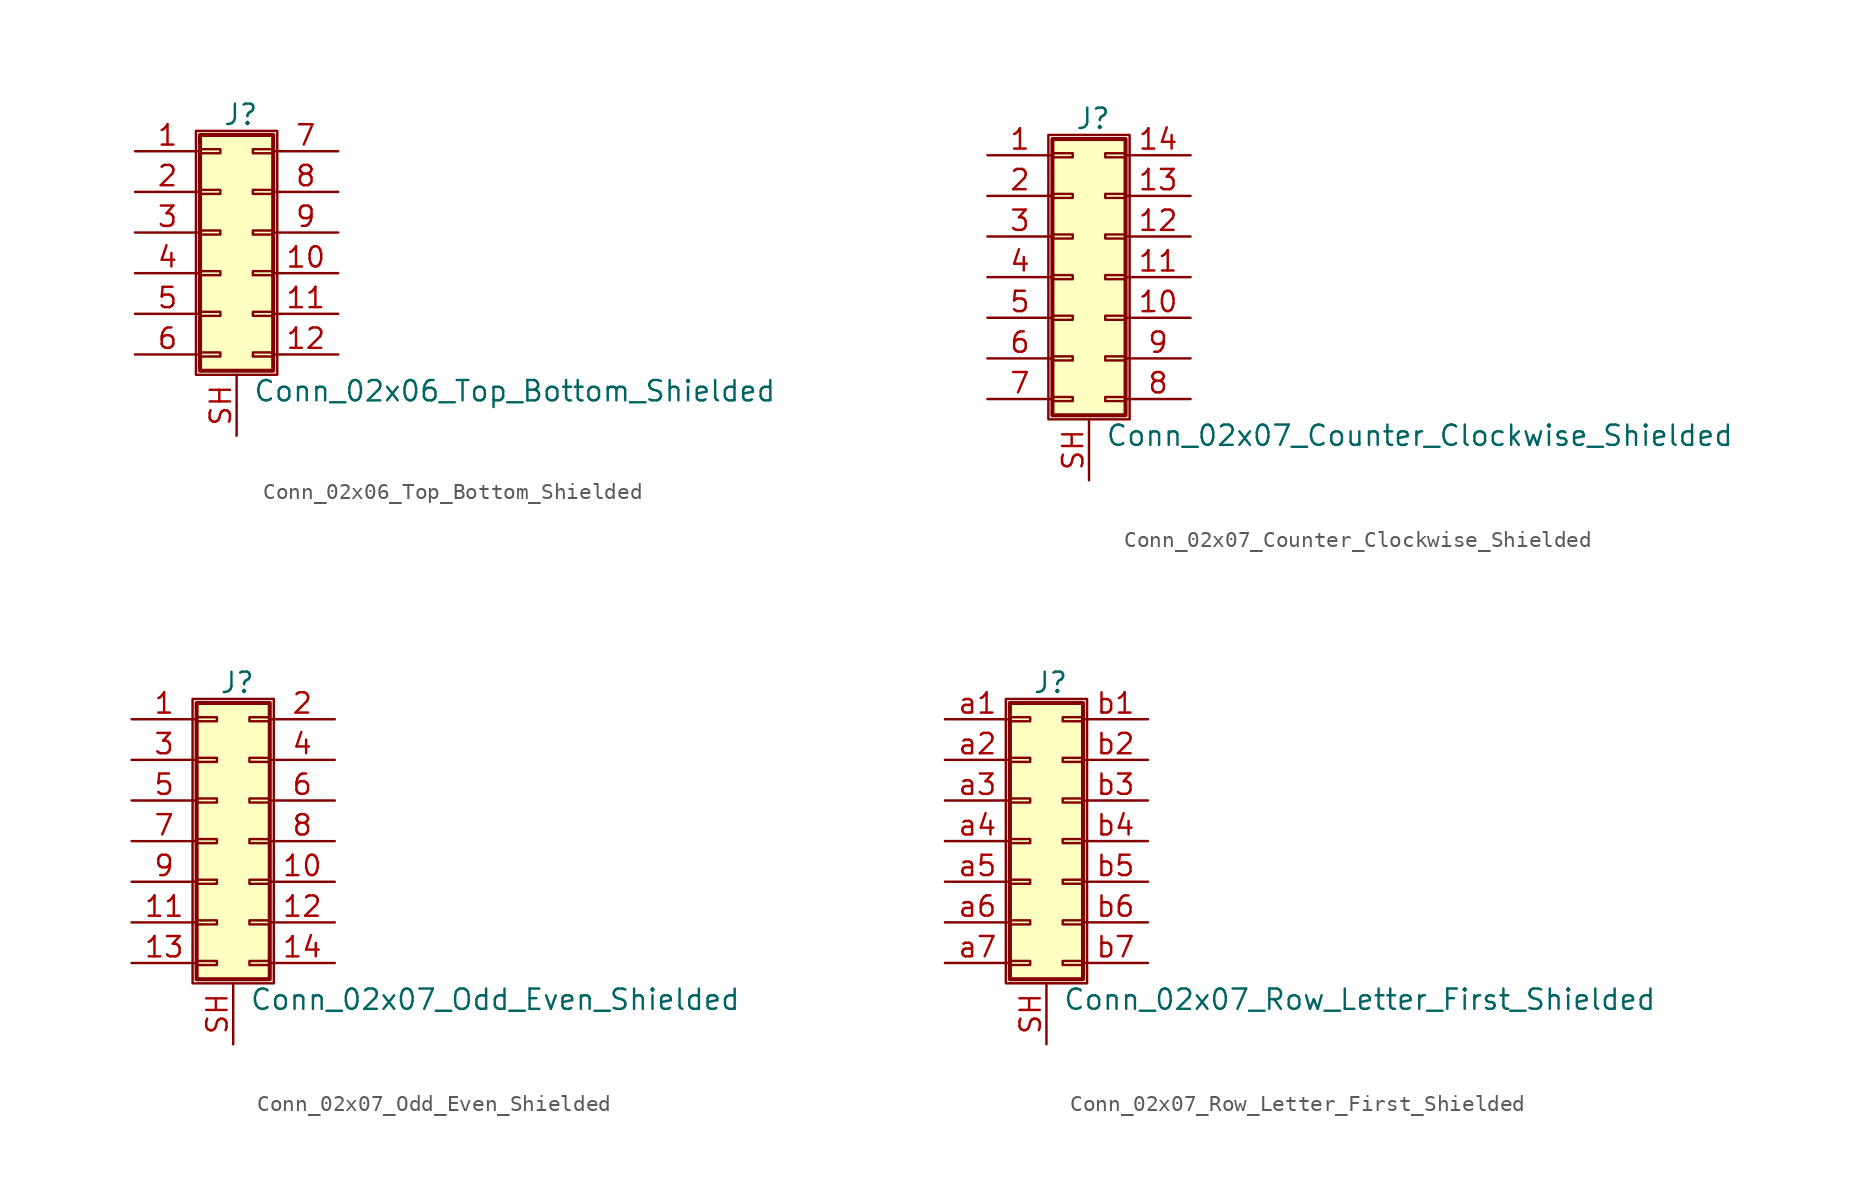
<source format=kicad_sym>
(kicad_symbol_lib
  (version 20201005)
  (generator kicad_symbol_editor)
  (symbol "Conn_02x06_Top_Bottom_Shielded"
    (pin_names
      (offset 1.016) hide)
    (property "Reference" "J"
      (at 1.524 7.366 0)
      (effects (font (size 1.27 1.27))))
    (property "Value" "Conn_02x06_Top_Bottom_Shielded"
      (at 2.286 -9.906 0)
      (effects (font (size 1.27 1.27)) (justify left)))
    (symbol "Conn_02x06_Top_Bottom_Shielded_1_1"
      (rectangle (start -1.27 6.35) (end 3.81 -8.89) (stroke (width 0.152)) (fill (type none)))
      (rectangle (start -1.016 -7.493) (end 0.254 -7.747) (stroke (width 0.152)) (fill (type none)))
      (rectangle (start -1.016 -4.953) (end 0.254 -5.207) (stroke (width 0.152)) (fill (type none)))
      (rectangle (start -1.016 -2.413) (end 0.254 -2.667) (stroke (width 0.152)) (fill (type none)))
      (rectangle (start -1.016 0.127) (end 0.254 -0.127) (stroke (width 0.152)) (fill (type none)))
      (rectangle (start -1.016 2.667) (end 0.254 2.413) (stroke (width 0.152)) (fill (type none)))
      (rectangle (start -1.016 5.207) (end 0.254 4.953) (stroke (width 0.152)) (fill (type none)))
      (rectangle (start 3.556 -7.493) (end 2.286 -7.747) (stroke (width 0.152)) (fill (type none)))
      (rectangle (start 3.556 -4.953) (end 2.286 -5.207) (stroke (width 0.152)) (fill (type none)))
      (rectangle (start 3.556 -2.413) (end 2.286 -2.667) (stroke (width 0.152)) (fill (type none)))
      (rectangle (start 3.556 0.127) (end 2.286 -0.127) (stroke (width 0.152)) (fill (type none)))
      (rectangle (start 3.556 2.667) (end 2.286 2.413) (stroke (width 0.152)) (fill (type none)))
      (rectangle (start 3.556 5.207) (end 2.286 4.953) (stroke (width 0.152)) (fill (type none)))
      (rectangle (start -1.016 6.096) (end 3.556 -8.636) (stroke (width 0.254)) (fill (type background)))
      (pin passive line (at -5.08 5.08 0) (length 4.064) (name "Pin_1" (effects (font (size 1.27 1.27)))) (number "1" (effects (font (size 1.27 1.27)))))
      (pin passive line (at 7.62 -2.54 180) (length 4.064) (name "Pin_10" (effects (font (size 1.27 1.27)))) (number "10" (effects (font (size 1.27 1.27)))))
      (pin passive line (at 7.62 -5.08 180) (length 4.064) (name "Pin_11" (effects (font (size 1.27 1.27)))) (number "11" (effects (font (size 1.27 1.27)))))
      (pin passive line (at 7.62 -7.62 180) (length 4.064) (name "Pin_12" (effects (font (size 1.27 1.27)))) (number "12" (effects (font (size 1.27 1.27)))))
      (pin passive line (at -5.08 2.54 0) (length 4.064) (name "Pin_2" (effects (font (size 1.27 1.27)))) (number "2" (effects (font (size 1.27 1.27)))))
      (pin passive line (at -5.08 0 0) (length 4.064) (name "Pin_3" (effects (font (size 1.27 1.27)))) (number "3" (effects (font (size 1.27 1.27)))))
      (pin passive line (at -5.08 -2.54 0) (length 4.064) (name "Pin_4" (effects (font (size 1.27 1.27)))) (number "4" (effects (font (size 1.27 1.27)))))
      (pin passive line (at -5.08 -5.08 0) (length 4.064) (name "Pin_5" (effects (font (size 1.27 1.27)))) (number "5" (effects (font (size 1.27 1.27)))))
      (pin passive line (at -5.08 -7.62 0) (length 4.064) (name "Pin_6" (effects (font (size 1.27 1.27)))) (number "6" (effects (font (size 1.27 1.27)))))
      (pin passive line (at 7.62 5.08 180) (length 4.064) (name "Pin_7" (effects (font (size 1.27 1.27)))) (number "7" (effects (font (size 1.27 1.27)))))
      (pin passive line (at 7.62 2.54 180) (length 4.064) (name "Pin_8" (effects (font (size 1.27 1.27)))) (number "8" (effects (font (size 1.27 1.27)))))
      (pin passive line (at 7.62 0 180) (length 4.064) (name "Pin_9" (effects (font (size 1.27 1.27)))) (number "9" (effects (font (size 1.27 1.27)))))
      (pin passive line (at 1.27 -12.7 90) (length 3.81) (name "Shield" (effects (font (size 1.27 1.27)))) (number "SH" (effects (font (size 1.27 1.27)))))))
  (symbol "Conn_02x07_Counter_Clockwise_Shielded"
    (pin_names
      (offset 1.016) hide)
    (property "Reference" "J"
      (at 1.524 9.906 0)
      (effects (font (size 1.27 1.27))))
    (property "Value" "Conn_02x07_Counter_Clockwise_Shielded"
      (at 2.286 -9.906 0)
      (effects (font (size 1.27 1.27)) (justify left)))
    (symbol "Conn_02x07_Counter_Clockwise_Shielded_1_1"
      (rectangle (start -1.27 8.89) (end 3.81 -8.89) (stroke (width 0.152)) (fill (type none)))
      (rectangle (start -1.016 -7.493) (end 0.254 -7.747) (stroke (width 0.152)) (fill (type none)))
      (rectangle (start -1.016 -4.953) (end 0.254 -5.207) (stroke (width 0.152)) (fill (type none)))
      (rectangle (start -1.016 -2.413) (end 0.254 -2.667) (stroke (width 0.152)) (fill (type none)))
      (rectangle (start -1.016 0.127) (end 0.254 -0.127) (stroke (width 0.152)) (fill (type none)))
      (rectangle (start -1.016 2.667) (end 0.254 2.413) (stroke (width 0.152)) (fill (type none)))
      (rectangle (start -1.016 5.207) (end 0.254 4.953) (stroke (width 0.152)) (fill (type none)))
      (rectangle (start -1.016 7.747) (end 0.254 7.493) (stroke (width 0.152)) (fill (type none)))
      (rectangle (start 3.556 -7.493) (end 2.286 -7.747) (stroke (width 0.152)) (fill (type none)))
      (rectangle (start 3.556 -4.953) (end 2.286 -5.207) (stroke (width 0.152)) (fill (type none)))
      (rectangle (start 3.556 -2.413) (end 2.286 -2.667) (stroke (width 0.152)) (fill (type none)))
      (rectangle (start 3.556 0.127) (end 2.286 -0.127) (stroke (width 0.152)) (fill (type none)))
      (rectangle (start 3.556 2.667) (end 2.286 2.413) (stroke (width 0.152)) (fill (type none)))
      (rectangle (start 3.556 5.207) (end 2.286 4.953) (stroke (width 0.152)) (fill (type none)))
      (rectangle (start 3.556 7.747) (end 2.286 7.493) (stroke (width 0.152)) (fill (type none)))
      (rectangle (start -1.016 8.636) (end 3.556 -8.636) (stroke (width 0.254)) (fill (type background)))
      (pin passive line (at -5.08 7.62 0) (length 4.064) (name "Pin_1" (effects (font (size 1.27 1.27)))) (number "1" (effects (font (size 1.27 1.27)))))
      (pin passive line (at 7.62 -2.54 180) (length 4.064) (name "Pin_10" (effects (font (size 1.27 1.27)))) (number "10" (effects (font (size 1.27 1.27)))))
      (pin passive line (at 7.62 0 180) (length 4.064) (name "Pin_11" (effects (font (size 1.27 1.27)))) (number "11" (effects (font (size 1.27 1.27)))))
      (pin passive line (at 7.62 2.54 180) (length 4.064) (name "Pin_12" (effects (font (size 1.27 1.27)))) (number "12" (effects (font (size 1.27 1.27)))))
      (pin passive line (at 7.62 5.08 180) (length 4.064) (name "Pin_13" (effects (font (size 1.27 1.27)))) (number "13" (effects (font (size 1.27 1.27)))))
      (pin passive line (at 7.62 7.62 180) (length 4.064) (name "Pin_14" (effects (font (size 1.27 1.27)))) (number "14" (effects (font (size 1.27 1.27)))))
      (pin passive line (at -5.08 5.08 0) (length 4.064) (name "Pin_2" (effects (font (size 1.27 1.27)))) (number "2" (effects (font (size 1.27 1.27)))))
      (pin passive line (at -5.08 2.54 0) (length 4.064) (name "Pin_3" (effects (font (size 1.27 1.27)))) (number "3" (effects (font (size 1.27 1.27)))))
      (pin passive line (at -5.08 0 0) (length 4.064) (name "Pin_4" (effects (font (size 1.27 1.27)))) (number "4" (effects (font (size 1.27 1.27)))))
      (pin passive line (at -5.08 -2.54 0) (length 4.064) (name "Pin_5" (effects (font (size 1.27 1.27)))) (number "5" (effects (font (size 1.27 1.27)))))
      (pin passive line (at -5.08 -5.08 0) (length 4.064) (name "Pin_6" (effects (font (size 1.27 1.27)))) (number "6" (effects (font (size 1.27 1.27)))))
      (pin passive line (at -5.08 -7.62 0) (length 4.064) (name "Pin_7" (effects (font (size 1.27 1.27)))) (number "7" (effects (font (size 1.27 1.27)))))
      (pin passive line (at 7.62 -7.62 180) (length 4.064) (name "Pin_8" (effects (font (size 1.27 1.27)))) (number "8" (effects (font (size 1.27 1.27)))))
      (pin passive line (at 7.62 -5.08 180) (length 4.064) (name "Pin_9" (effects (font (size 1.27 1.27)))) (number "9" (effects (font (size 1.27 1.27)))))
      (pin passive line (at 1.27 -12.7 90) (length 3.81) (name "Shield" (effects (font (size 1.27 1.27)))) (number "SH" (effects (font (size 1.27 1.27)))))))
  (symbol "Conn_02x07_Odd_Even_Shielded"
    (pin_names
      (offset 1.016) hide)
    (property "Reference" "J"
      (at 1.524 9.906 0)
      (effects (font (size 1.27 1.27))))
    (property "Value" "Conn_02x07_Odd_Even_Shielded"
      (at 2.286 -9.906 0)
      (effects (font (size 1.27 1.27)) (justify left)))
    (symbol "Conn_02x07_Odd_Even_Shielded_1_1"
      (rectangle (start -1.27 8.89) (end 3.81 -8.89) (stroke (width 0.152)) (fill (type none)))
      (rectangle (start -1.016 -7.493) (end 0.254 -7.747) (stroke (width 0.152)) (fill (type none)))
      (rectangle (start -1.016 -4.953) (end 0.254 -5.207) (stroke (width 0.152)) (fill (type none)))
      (rectangle (start -1.016 -2.413) (end 0.254 -2.667) (stroke (width 0.152)) (fill (type none)))
      (rectangle (start -1.016 0.127) (end 0.254 -0.127) (stroke (width 0.152)) (fill (type none)))
      (rectangle (start -1.016 2.667) (end 0.254 2.413) (stroke (width 0.152)) (fill (type none)))
      (rectangle (start -1.016 5.207) (end 0.254 4.953) (stroke (width 0.152)) (fill (type none)))
      (rectangle (start -1.016 7.747) (end 0.254 7.493) (stroke (width 0.152)) (fill (type none)))
      (rectangle (start 3.556 -7.493) (end 2.286 -7.747) (stroke (width 0.152)) (fill (type none)))
      (rectangle (start 3.556 -4.953) (end 2.286 -5.207) (stroke (width 0.152)) (fill (type none)))
      (rectangle (start 3.556 -2.413) (end 2.286 -2.667) (stroke (width 0.152)) (fill (type none)))
      (rectangle (start 3.556 0.127) (end 2.286 -0.127) (stroke (width 0.152)) (fill (type none)))
      (rectangle (start 3.556 2.667) (end 2.286 2.413) (stroke (width 0.152)) (fill (type none)))
      (rectangle (start 3.556 5.207) (end 2.286 4.953) (stroke (width 0.152)) (fill (type none)))
      (rectangle (start 3.556 7.747) (end 2.286 7.493) (stroke (width 0.152)) (fill (type none)))
      (rectangle (start -1.016 8.636) (end 3.556 -8.636) (stroke (width 0.254)) (fill (type background)))
      (pin passive line (at -5.08 7.62 0) (length 4.064) (name "Pin_1" (effects (font (size 1.27 1.27)))) (number "1" (effects (font (size 1.27 1.27)))))
      (pin passive line (at 7.62 -2.54 180) (length 4.064) (name "Pin_10" (effects (font (size 1.27 1.27)))) (number "10" (effects (font (size 1.27 1.27)))))
      (pin passive line (at -5.08 -5.08 0) (length 4.064) (name "Pin_11" (effects (font (size 1.27 1.27)))) (number "11" (effects (font (size 1.27 1.27)))))
      (pin passive line (at 7.62 -5.08 180) (length 4.064) (name "Pin_12" (effects (font (size 1.27 1.27)))) (number "12" (effects (font (size 1.27 1.27)))))
      (pin passive line (at -5.08 -7.62 0) (length 4.064) (name "Pin_13" (effects (font (size 1.27 1.27)))) (number "13" (effects (font (size 1.27 1.27)))))
      (pin passive line (at 7.62 -7.62 180) (length 4.064) (name "Pin_14" (effects (font (size 1.27 1.27)))) (number "14" (effects (font (size 1.27 1.27)))))
      (pin passive line (at 7.62 7.62 180) (length 4.064) (name "Pin_2" (effects (font (size 1.27 1.27)))) (number "2" (effects (font (size 1.27 1.27)))))
      (pin passive line (at -5.08 5.08 0) (length 4.064) (name "Pin_3" (effects (font (size 1.27 1.27)))) (number "3" (effects (font (size 1.27 1.27)))))
      (pin passive line (at 7.62 5.08 180) (length 4.064) (name "Pin_4" (effects (font (size 1.27 1.27)))) (number "4" (effects (font (size 1.27 1.27)))))
      (pin passive line (at -5.08 2.54 0) (length 4.064) (name "Pin_5" (effects (font (size 1.27 1.27)))) (number "5" (effects (font (size 1.27 1.27)))))
      (pin passive line (at 7.62 2.54 180) (length 4.064) (name "Pin_6" (effects (font (size 1.27 1.27)))) (number "6" (effects (font (size 1.27 1.27)))))
      (pin passive line (at -5.08 0 0) (length 4.064) (name "Pin_7" (effects (font (size 1.27 1.27)))) (number "7" (effects (font (size 1.27 1.27)))))
      (pin passive line (at 7.62 0 180) (length 4.064) (name "Pin_8" (effects (font (size 1.27 1.27)))) (number "8" (effects (font (size 1.27 1.27)))))
      (pin passive line (at -5.08 -2.54 0) (length 4.064) (name "Pin_9" (effects (font (size 1.27 1.27)))) (number "9" (effects (font (size 1.27 1.27)))))
      (pin passive line (at 1.27 -12.7 90) (length 3.81) (name "Shield" (effects (font (size 1.27 1.27)))) (number "SH" (effects (font (size 1.27 1.27)))))))
  (symbol "Conn_02x07_Row_Letter_First_Shielded"
    (pin_names
      (offset 1.016) hide)
    (property "Reference" "J"
      (at 1.524 9.906 0)
      (effects (font (size 1.27 1.27))))
    (property "Value" "Conn_02x07_Row_Letter_First_Shielded"
      (at 2.286 -9.906 0)
      (effects (font (size 1.27 1.27)) (justify left)))
    (symbol "Conn_02x07_Row_Letter_First_Shielded_1_1"
      (rectangle (start -1.27 8.89) (end 3.81 -8.89) (stroke (width 0.152)) (fill (type none)))
      (rectangle (start -1.016 -7.493) (end 0.254 -7.747) (stroke (width 0.152)) (fill (type none)))
      (rectangle (start -1.016 -4.953) (end 0.254 -5.207) (stroke (width 0.152)) (fill (type none)))
      (rectangle (start -1.016 -2.413) (end 0.254 -2.667) (stroke (width 0.152)) (fill (type none)))
      (rectangle (start -1.016 0.127) (end 0.254 -0.127) (stroke (width 0.152)) (fill (type none)))
      (rectangle (start -1.016 2.667) (end 0.254 2.413) (stroke (width 0.152)) (fill (type none)))
      (rectangle (start -1.016 5.207) (end 0.254 4.953) (stroke (width 0.152)) (fill (type none)))
      (rectangle (start -1.016 7.747) (end 0.254 7.493) (stroke (width 0.152)) (fill (type none)))
      (rectangle (start 3.556 -7.493) (end 2.286 -7.747) (stroke (width 0.152)) (fill (type none)))
      (rectangle (start 3.556 -4.953) (end 2.286 -5.207) (stroke (width 0.152)) (fill (type none)))
      (rectangle (start 3.556 -2.413) (end 2.286 -2.667) (stroke (width 0.152)) (fill (type none)))
      (rectangle (start 3.556 0.127) (end 2.286 -0.127) (stroke (width 0.152)) (fill (type none)))
      (rectangle (start 3.556 2.667) (end 2.286 2.413) (stroke (width 0.152)) (fill (type none)))
      (rectangle (start 3.556 5.207) (end 2.286 4.953) (stroke (width 0.152)) (fill (type none)))
      (rectangle (start 3.556 7.747) (end 2.286 7.493) (stroke (width 0.152)) (fill (type none)))
      (rectangle (start -1.016 8.636) (end 3.556 -8.636) (stroke (width 0.254)) (fill (type background)))
      (pin passive line (at 1.27 -12.7 90) (length 3.81) (name "Shield" (effects (font (size 1.27 1.27)))) (number "SH" (effects (font (size 1.27 1.27)))))
      (pin passive line (at -5.08 7.62 0) (length 4.064) (name "Pin_a1" (effects (font (size 1.27 1.27)))) (number "a1" (effects (font (size 1.27 1.27)))))
      (pin passive line (at -5.08 5.08 0) (length 4.064) (name "Pin_a2" (effects (font (size 1.27 1.27)))) (number "a2" (effects (font (size 1.27 1.27)))))
      (pin passive line (at -5.08 2.54 0) (length 4.064) (name "Pin_a3" (effects (font (size 1.27 1.27)))) (number "a3" (effects (font (size 1.27 1.27)))))
      (pin passive line (at -5.08 0 0) (length 4.064) (name "Pin_a4" (effects (font (size 1.27 1.27)))) (number "a4" (effects (font (size 1.27 1.27)))))
      (pin passive line (at -5.08 -2.54 0) (length 4.064) (name "Pin_a5" (effects (font (size 1.27 1.27)))) (number "a5" (effects (font (size 1.27 1.27)))))
      (pin passive line (at -5.08 -5.08 0) (length 4.064) (name "Pin_a6" (effects (font (size 1.27 1.27)))) (number "a6" (effects (font (size 1.27 1.27)))))
      (pin passive line (at -5.08 -7.62 0) (length 4.064) (name "Pin_a7" (effects (font (size 1.27 1.27)))) (number "a7" (effects (font (size 1.27 1.27)))))
      (pin passive line (at 7.62 7.62 180) (length 4.064) (name "Pin_b1" (effects (font (size 1.27 1.27)))) (number "b1" (effects (font (size 1.27 1.27)))))
      (pin passive line (at 7.62 5.08 180) (length 4.064) (name "Pin_b2" (effects (font (size 1.27 1.27)))) (number "b2" (effects (font (size 1.27 1.27)))))
      (pin passive line (at 7.62 2.54 180) (length 4.064) (name "Pin_b3" (effects (font (size 1.27 1.27)))) (number "b3" (effects (font (size 1.27 1.27)))))
      (pin passive line (at 7.62 0 180) (length 4.064) (name "Pin_b4" (effects (font (size 1.27 1.27)))) (number "b4" (effects (font (size 1.27 1.27)))))
      (pin passive line (at 7.62 -2.54 180) (length 4.064) (name "Pin_b5" (effects (font (size 1.27 1.27)))) (number "b5" (effects (font (size 1.27 1.27)))))
      (pin passive line (at 7.62 -5.08 180) (length 4.064) (name "Pin_b6" (effects (font (size 1.27 1.27)))) (number "b6" (effects (font (size 1.27 1.27)))))
      (pin passive line (at 7.62 -7.62 180) (length 4.064) (name "Pin_b7" (effects (font (size 1.27 1.27)))) (number "b7" (effects (font (size 1.27 1.27))))))))
</source>
